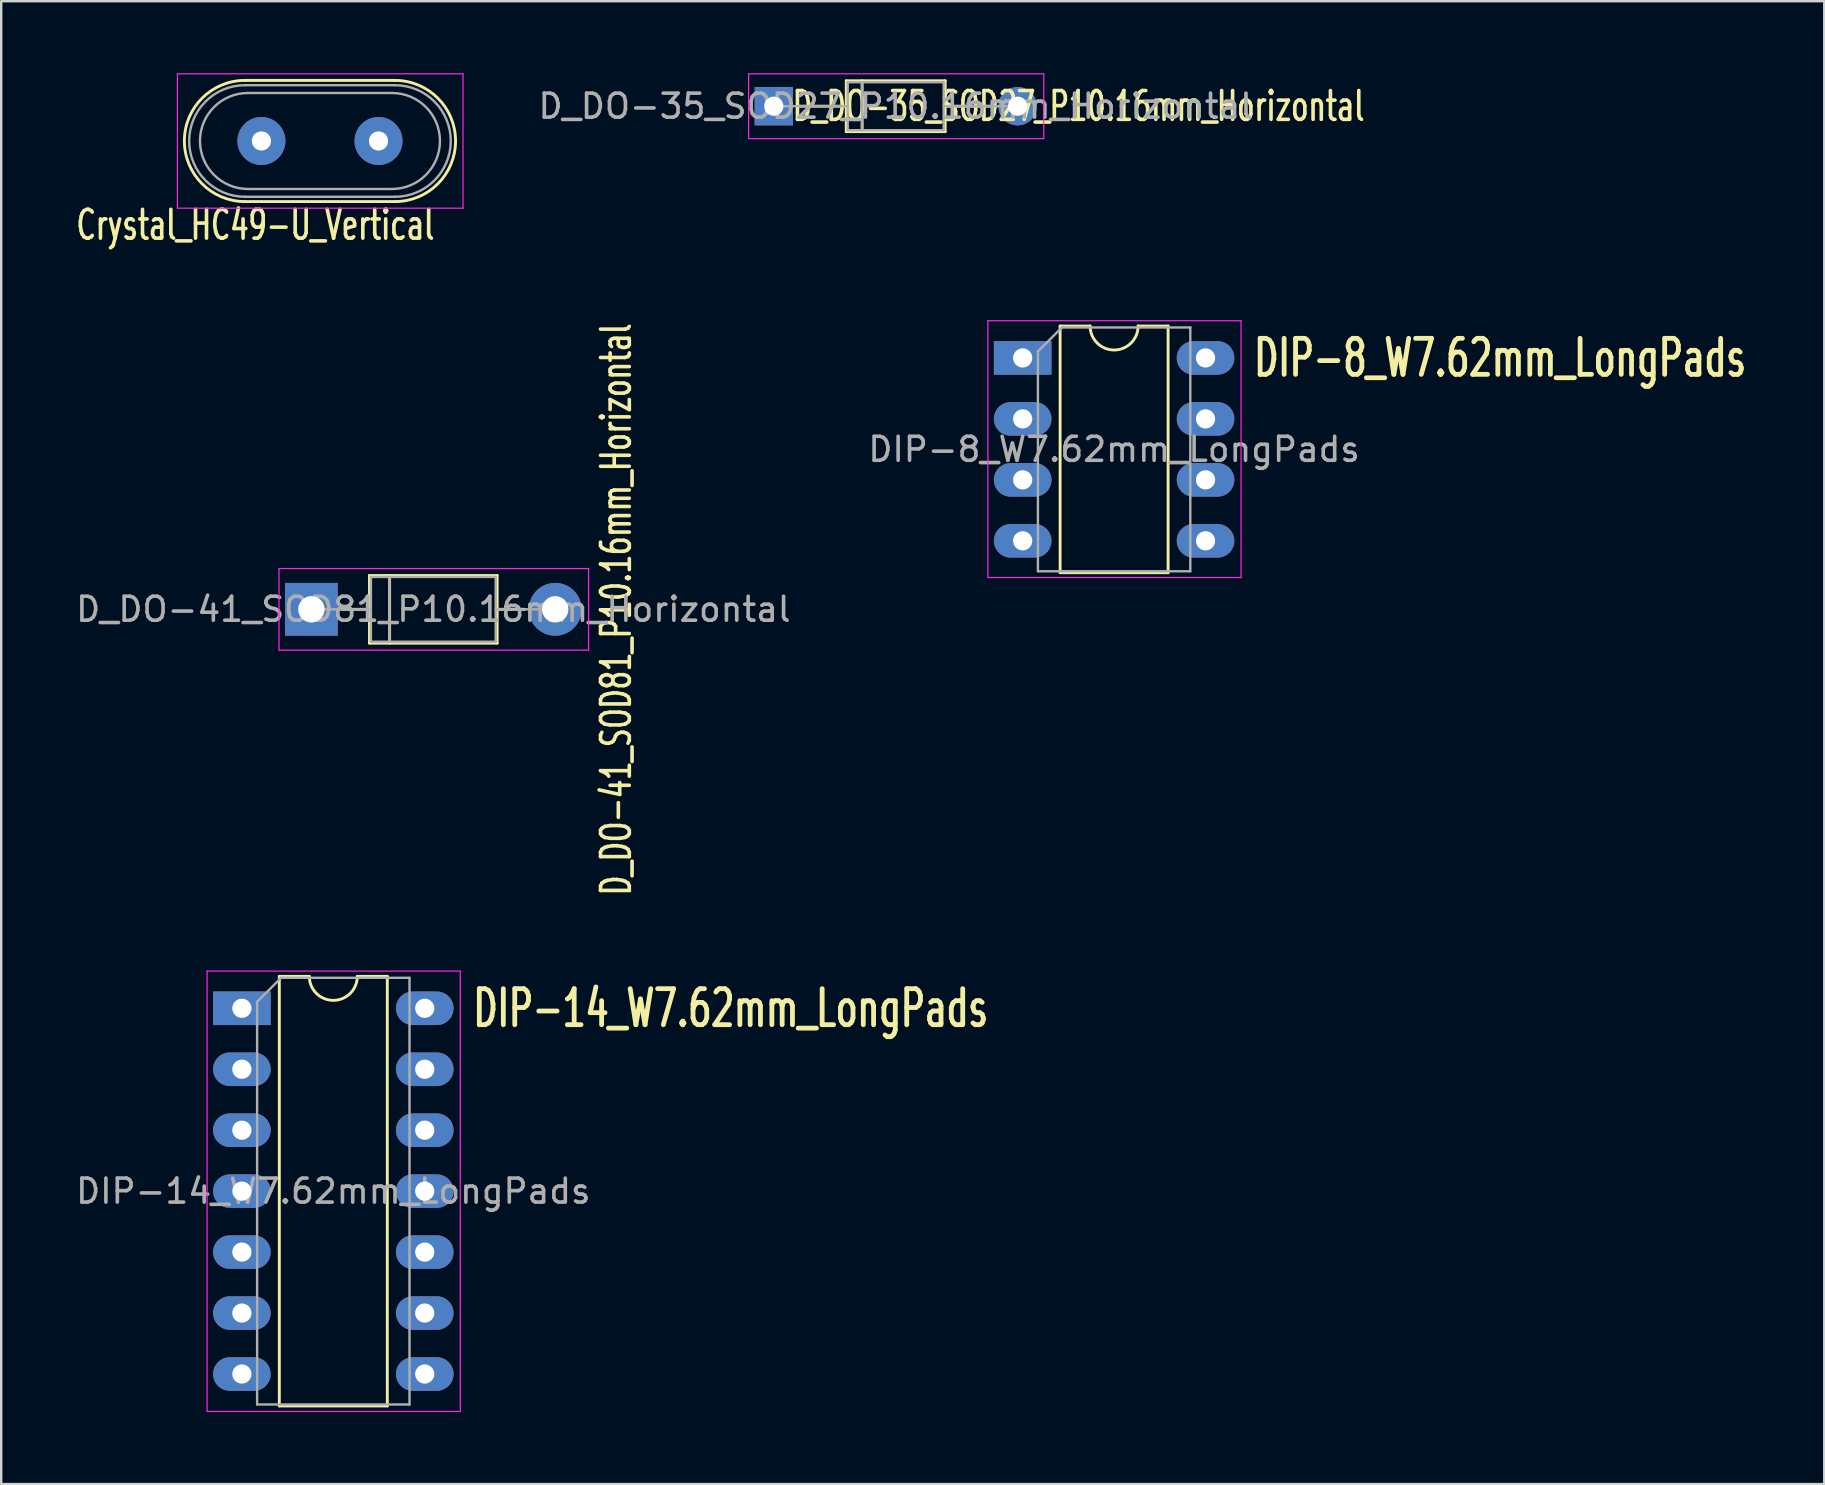
<source format=kicad_pcb>
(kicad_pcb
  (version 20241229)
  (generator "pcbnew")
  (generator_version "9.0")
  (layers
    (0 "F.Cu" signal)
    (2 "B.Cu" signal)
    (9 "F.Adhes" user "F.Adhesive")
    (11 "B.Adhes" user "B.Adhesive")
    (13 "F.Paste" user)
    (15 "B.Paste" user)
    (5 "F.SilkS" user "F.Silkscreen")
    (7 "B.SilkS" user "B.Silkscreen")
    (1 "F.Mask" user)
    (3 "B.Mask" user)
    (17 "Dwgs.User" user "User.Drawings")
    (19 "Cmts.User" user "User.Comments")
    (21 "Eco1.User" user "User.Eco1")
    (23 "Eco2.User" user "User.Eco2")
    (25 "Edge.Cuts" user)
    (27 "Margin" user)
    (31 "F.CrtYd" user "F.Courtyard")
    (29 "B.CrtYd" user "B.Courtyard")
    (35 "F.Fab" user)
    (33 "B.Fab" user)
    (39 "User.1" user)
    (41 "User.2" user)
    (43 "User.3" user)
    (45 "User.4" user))
  (footprint "DIP-14_W7.62mm_LongPads"
    (layer "F.Cu")
    (at 7.029 38.965)
    (property "Reference" "DIP-14_W7.62mm_LongPads" (at 9.525 0 0) (layer "F.SilkS") (effects (font (size 1.5 1) (thickness 0.2)) (justify left)))
    (attr through_hole)
    (fp_line (start 1.56 -1.33) (end 1.56 16.57) (stroke (width 0.12) (type solid)) (layer "F.SilkS"))
    (fp_line (start 1.56 16.57) (end 6.06 16.57) (stroke (width 0.12) (type solid)) (layer "F.SilkS"))
    (fp_line (start 2.81 -1.33) (end 1.56 -1.33) (stroke (width 0.12) (type solid)) (layer "F.SilkS"))
    (fp_line (start 6.06 -1.33) (end 4.81 -1.33) (stroke (width 0.12) (type solid)) (layer "F.SilkS"))
    (fp_line (start 6.06 16.57) (end 6.06 -1.33) (stroke (width 0.12) (type solid)) (layer "F.SilkS"))
    (fp_arc (start 4.81 -1.33) (mid 3.81 -0.33) (end 2.81 -1.33) (stroke (width 0.12) (type solid)) (layer "F.SilkS"))
    (fp_line (start -1.45 -1.55) (end -1.45 16.8) (stroke (width 0.05) (type solid)) (layer "F.CrtYd"))
    (fp_line (start -1.45 16.8) (end 9.1 16.8) (stroke (width 0.05) (type solid)) (layer "F.CrtYd"))
    (fp_line (start 9.1 -1.55) (end -1.45 -1.55) (stroke (width 0.05) (type solid)) (layer "F.CrtYd"))
    (fp_line (start 9.1 16.8) (end 9.1 -1.55) (stroke (width 0.05) (type solid)) (layer "F.CrtYd"))
    (fp_line (start 0.635 -0.27) (end 1.635 -1.27) (stroke (width 0.1) (type solid)) (layer "F.Fab"))
    (fp_line (start 0.635 16.51) (end 0.635 -0.27) (stroke (width 0.1) (type solid)) (layer "F.Fab"))
    (fp_line (start 1.635 -1.27) (end 6.985 -1.27) (stroke (width 0.1) (type solid)) (layer "F.Fab"))
    (fp_line (start 6.985 -1.27) (end 6.985 16.51) (stroke (width 0.1) (type solid)) (layer "F.Fab"))
    (fp_line (start 6.985 16.51) (end 0.635 16.51) (stroke (width 0.1) (type solid)) (layer "F.Fab"))
    (fp_text user "${REFERENCE}" (at 3.81 7.62 0) (layer "F.Fab") (effects (font (size 1 1) (thickness 0.15))))
    (pad "1" thru_hole rect (at 0 0) (size 2.4 1.4) (drill 0.8) (layers "*.Cu" "*.Mask"))
    (pad "2" thru_hole oval (at 0 2.54) (size 2.4 1.4) (drill 0.8) (layers "*.Cu" "*.Mask"))
    (pad "3" thru_hole oval (at 0 5.08) (size 2.4 1.4) (drill 0.8) (layers "*.Cu" "*.Mask"))
    (pad "4" thru_hole oval (at 0 7.62) (size 2.4 1.4) (drill 0.8) (layers "*.Cu" "*.Mask"))
    (pad "5" thru_hole oval (at 0 10.16) (size 2.4 1.4) (drill 0.8) (layers "*.Cu" "*.Mask"))
    (pad "6" thru_hole oval (at 0 12.7) (size 2.4 1.4) (drill 0.8) (layers "*.Cu" "*.Mask"))
    (pad "7" thru_hole oval (at 0 15.24) (size 2.4 1.4) (drill 0.8) (layers "*.Cu" "*.Mask"))
    (pad "8" thru_hole oval (at 7.62 15.24) (size 2.4 1.4) (drill 0.8) (layers "*.Cu" "*.Mask"))
    (pad "9" thru_hole oval (at 7.62 12.7) (size 2.4 1.4) (drill 0.8) (layers "*.Cu" "*.Mask"))
    (pad "10" thru_hole oval (at 7.62 10.16) (size 2.4 1.4) (drill 0.8) (layers "*.Cu" "*.Mask"))
    (pad "11" thru_hole oval (at 7.62 7.62) (size 2.4 1.4) (drill 0.8) (layers "*.Cu" "*.Mask"))
    (pad "12" thru_hole oval (at 7.62 5.08) (size 2.4 1.4) (drill 0.8) (layers "*.Cu" "*.Mask"))
    (pad "13" thru_hole oval (at 7.62 2.54) (size 2.4 1.4) (drill 0.8) (layers "*.Cu" "*.Mask"))
    (pad "14" thru_hole oval (at 7.62 0) (size 2.4 1.4) (drill 0.8) (layers "*.Cu" "*.Mask")))
  (footprint "D_DO-41_SOD81_P10.16mm_Horizontal"
    (layer "F.Cu")
    (at 9.926 22.34)
    (property "Reference" "D_DO-41_SOD81_P10.16mm_Horizontal" (at 12.7 0 90) (layer "F.SilkS") (effects (font (size 1.2 0.8) (thickness 0.15))))
    (attr through_hole)
    (fp_line (start 1.28 0) (end 2.42 0) (stroke (width 0.12) (type solid)) (layer "F.SilkS"))
    (fp_line (start 2.42 -1.41) (end 2.42 1.41) (stroke (width 0.12) (type solid)) (layer "F.SilkS"))
    (fp_line (start 2.42 1.41) (end 7.74 1.41) (stroke (width 0.12) (type solid)) (layer "F.SilkS"))
    (fp_line (start 3.26 -1.41) (end 3.26 1.41) (stroke (width 0.12) (type solid)) (layer "F.SilkS"))
    (fp_line (start 7.74 -1.41) (end 2.42 -1.41) (stroke (width 0.12) (type solid)) (layer "F.SilkS"))
    (fp_line (start 7.74 1.41) (end 7.74 -1.41) (stroke (width 0.12) (type solid)) (layer "F.SilkS"))
    (fp_line (start 8.88 0) (end 7.74 0) (stroke (width 0.12) (type solid)) (layer "F.SilkS"))
    (fp_line (start -1.35 -1.7) (end -1.35 1.7) (stroke (width 0.05) (type solid)) (layer "F.CrtYd"))
    (fp_line (start -1.35 1.7) (end 11.55 1.7) (stroke (width 0.05) (type solid)) (layer "F.CrtYd"))
    (fp_line (start 11.55 -1.7) (end -1.35 -1.7) (stroke (width 0.05) (type solid)) (layer "F.CrtYd"))
    (fp_line (start 11.55 1.7) (end 11.55 -1.7) (stroke (width 0.05) (type solid)) (layer "F.CrtYd"))
    (fp_line (start 0 0) (end 2.48 0) (stroke (width 0.1) (type solid)) (layer "F.Fab"))
    (fp_line (start 2.48 -1.35) (end 2.48 1.35) (stroke (width 0.1) (type solid)) (layer "F.Fab"))
    (fp_line (start 2.48 1.35) (end 7.68 1.35) (stroke (width 0.1) (type solid)) (layer "F.Fab"))
    (fp_line (start 3.26 -1.35) (end 3.26 1.35) (stroke (width 0.1) (type solid)) (layer "F.Fab"))
    (fp_line (start 7.68 -1.35) (end 2.48 -1.35) (stroke (width 0.1) (type solid)) (layer "F.Fab"))
    (fp_line (start 7.68 1.35) (end 7.68 -1.35) (stroke (width 0.1) (type solid)) (layer "F.Fab"))
    (fp_line (start 10.16 0) (end 7.68 0) (stroke (width 0.1) (type solid)) (layer "F.Fab"))
    (fp_text user "${REFERENCE}" (at 5.08 0 0) (layer "F.Fab") (effects (font (size 1 1) (thickness 0.15))))
    (pad "1" thru_hole rect (at 0 0) (size 2.2 2.2) (drill 1.1) (layers "*.Cu" "*.Mask"))
    (pad "2" thru_hole oval (at 10.16 0) (size 2.2 2.2) (drill 1.1) (layers "*.Cu" "*.Mask")))
  (footprint "D_DO-35_SOD27_P10.16mm_Horizontal"
    (layer "F.Cu")
    (at 29.194 1.375)
    (property "Reference" "D_DO-35_SOD27_P10.16mm_Horizontal" (at 12.7 0 180) (layer "F.SilkS") (effects (font (size 1.2 0.8) (thickness 0.15))))
    (attr through_hole)
    (fp_line (start 0.98 0) (end 3.02 0) (stroke (width 0.12) (type solid)) (layer "F.SilkS"))
    (fp_line (start 3.02 -1.06) (end 3.02 1.06) (stroke (width 0.12) (type solid)) (layer "F.SilkS"))
    (fp_line (start 3.02 1.06) (end 7.14 1.06) (stroke (width 0.12) (type solid)) (layer "F.SilkS"))
    (fp_line (start 3.68 -1.06) (end 3.68 1.06) (stroke (width 0.12) (type solid)) (layer "F.SilkS"))
    (fp_line (start 7.14 -1.06) (end 3.02 -1.06) (stroke (width 0.12) (type solid)) (layer "F.SilkS"))
    (fp_line (start 7.14 1.06) (end 7.14 -1.06) (stroke (width 0.12) (type solid)) (layer "F.SilkS"))
    (fp_line (start 9.18 0) (end 7.14 0) (stroke (width 0.12) (type solid)) (layer "F.SilkS"))
    (fp_line (start -1.05 -1.35) (end -1.05 1.35) (stroke (width 0.05) (type solid)) (layer "F.CrtYd"))
    (fp_line (start -1.05 1.35) (end 11.25 1.35) (stroke (width 0.05) (type solid)) (layer "F.CrtYd"))
    (fp_line (start 11.25 -1.35) (end -1.05 -1.35) (stroke (width 0.05) (type solid)) (layer "F.CrtYd"))
    (fp_line (start 11.25 1.35) (end 11.25 -1.35) (stroke (width 0.05) (type solid)) (layer "F.CrtYd"))
    (fp_line (start 0 0) (end 3.08 0) (stroke (width 0.1) (type solid)) (layer "F.Fab"))
    (fp_line (start 3.08 -1) (end 3.08 1) (stroke (width 0.1) (type solid)) (layer "F.Fab"))
    (fp_line (start 3.08 1) (end 7.08 1) (stroke (width 0.1) (type solid)) (layer "F.Fab"))
    (fp_line (start 3.68 -1) (end 3.68 1) (stroke (width 0.1) (type solid)) (layer "F.Fab"))
    (fp_line (start 7.08 -1) (end 3.08 -1) (stroke (width 0.1) (type solid)) (layer "F.Fab"))
    (fp_line (start 7.08 1) (end 7.08 -1) (stroke (width 0.1) (type solid)) (layer "F.Fab"))
    (fp_line (start 10.16 0) (end 7.08 0) (stroke (width 0.1) (type solid)) (layer "F.Fab"))
    (fp_text user "${REFERENCE}" (at 5.08 0 0) (layer "F.Fab") (effects (font (size 1 1) (thickness 0.15))))
    (pad "1" thru_hole rect (at 0 0) (size 1.6 1.6) (drill 0.8) (layers "*.Cu" "*.Mask"))
    (pad "2" thru_hole oval (at 10.16 0) (size 1.6 1.6) (drill 0.8) (layers "*.Cu" "*.Mask")))
  (footprint "Crystal_HC49-U_Vertical"
    (layer "F.Cu")
    (at 7.843 2.825)
    (property "Reference" "Crystal_HC49-U_Vertical" (at -0.25 3.5 0) (layer "F.SilkS") (effects (font (size 1.2 0.8) (thickness 0.15))))
    (attr through_hole)
    (fp_line (start -0.685 -2.525) (end 5.565 -2.525) (stroke (width 0.12) (type solid)) (layer "F.SilkS"))
    (fp_line (start -0.685 2.525) (end 5.565 2.525) (stroke (width 0.12) (type solid)) (layer "F.SilkS"))
    (fp_arc (start -0.685 2.525) (mid -3.21 0) (end -0.685 -2.525) (stroke (width 0.12) (type solid)) (layer "F.SilkS"))
    (fp_arc (start 5.565 -2.525) (mid 8.09 0) (end 5.565 2.525) (stroke (width 0.12) (type solid)) (layer "F.SilkS"))
    (fp_line (start -3.5 -2.8) (end -3.5 2.8) (stroke (width 0.05) (type solid)) (layer "F.CrtYd"))
    (fp_line (start -3.5 2.8) (end 8.4 2.8) (stroke (width 0.05) (type solid)) (layer "F.CrtYd"))
    (fp_line (start 8.4 -2.8) (end -3.5 -2.8) (stroke (width 0.05) (type solid)) (layer "F.CrtYd"))
    (fp_line (start 8.4 2.8) (end 8.4 -2.8) (stroke (width 0.05) (type solid)) (layer "F.CrtYd"))
    (fp_line (start -0.685 -2.325) (end 5.565 -2.325) (stroke (width 0.1) (type solid)) (layer "F.Fab"))
    (fp_line (start -0.685 2.325) (end 5.565 2.325) (stroke (width 0.1) (type solid)) (layer "F.Fab"))
    (fp_line (start -0.56 -2) (end 5.44 -2) (stroke (width 0.1) (type solid)) (layer "F.Fab"))
    (fp_line (start -0.56 2) (end 5.44 2) (stroke (width 0.1) (type solid)) (layer "F.Fab"))
    (fp_arc (start -0.685 2.325) (mid -3.01 0) (end -0.685 -2.325) (stroke (width 0.1) (type solid)) (layer "F.Fab"))
    (fp_arc (start -0.56 2) (mid -2.56 0) (end -0.56 -2) (stroke (width 0.1) (type solid)) (layer "F.Fab"))
    (fp_arc (start 5.44 -2) (mid 7.44 0) (end 5.44 2) (stroke (width 0.1) (type solid)) (layer "F.Fab"))
    (fp_arc (start 5.565 -2.325) (mid 7.89 0) (end 5.565 2.325) (stroke (width 0.1) (type solid)) (layer "F.Fab"))
    (pad "1" thru_hole circle (at 0 0) (size 2 2) (drill 0.8) (layers "*.Cu" "*.Mask"))
    (pad "2" thru_hole circle (at 4.88 0) (size 2 2) (drill 0.8) (layers "*.Cu" "*.Mask")))
  (footprint "DIP-8_W7.62mm_LongPads"
    (layer "F.Cu")
    (at 39.565 11.865)
    (property "Reference" "DIP-8_W7.62mm_LongPads" (at 9.525 0 0) (layer "F.SilkS") (effects (font (size 1.5 1) (thickness 0.2)) (justify left)))
    (attr through_hole)
    (fp_line (start 1.56 -1.33) (end 1.56 8.95) (stroke (width 0.12) (type solid)) (layer "F.SilkS"))
    (fp_line (start 1.56 8.95) (end 6.06 8.95) (stroke (width 0.12) (type solid)) (layer "F.SilkS"))
    (fp_line (start 2.81 -1.33) (end 1.56 -1.33) (stroke (width 0.12) (type solid)) (layer "F.SilkS"))
    (fp_line (start 6.06 -1.33) (end 4.81 -1.33) (stroke (width 0.12) (type solid)) (layer "F.SilkS"))
    (fp_line (start 6.06 8.95) (end 6.06 -1.33) (stroke (width 0.12) (type solid)) (layer "F.SilkS"))
    (fp_arc (start 4.81 -1.33) (mid 3.81 -0.33) (end 2.81 -1.33) (stroke (width 0.12) (type solid)) (layer "F.SilkS"))
    (fp_line (start -1.45 -1.55) (end -1.45 9.15) (stroke (width 0.05) (type solid)) (layer "F.CrtYd"))
    (fp_line (start -1.45 9.15) (end 9.1 9.15) (stroke (width 0.05) (type solid)) (layer "F.CrtYd"))
    (fp_line (start 9.1 -1.55) (end -1.45 -1.55) (stroke (width 0.05) (type solid)) (layer "F.CrtYd"))
    (fp_line (start 9.1 9.15) (end 9.1 -1.55) (stroke (width 0.05) (type solid)) (layer "F.CrtYd"))
    (fp_line (start 0.635 -0.27) (end 1.635 -1.27) (stroke (width 0.1) (type solid)) (layer "F.Fab"))
    (fp_line (start 0.635 8.89) (end 0.635 -0.27) (stroke (width 0.1) (type solid)) (layer "F.Fab"))
    (fp_line (start 1.635 -1.27) (end 6.985 -1.27) (stroke (width 0.1) (type solid)) (layer "F.Fab"))
    (fp_line (start 6.985 -1.27) (end 6.985 8.89) (stroke (width 0.1) (type solid)) (layer "F.Fab"))
    (fp_line (start 6.985 8.89) (end 0.635 8.89) (stroke (width 0.1) (type solid)) (layer "F.Fab"))
    (fp_text user "${REFERENCE}" (at 3.81 3.81 0) (layer "F.Fab") (effects (font (size 1 1) (thickness 0.15))))
    (pad "1" thru_hole rect (at 0 0) (size 2.4 1.4) (drill 0.8) (layers "*.Cu" "*.Mask"))
    (pad "2" thru_hole oval (at 0 2.54) (size 2.4 1.4) (drill 0.8) (layers "*.Cu" "*.Mask"))
    (pad "3" thru_hole oval (at 0 5.08) (size 2.4 1.4) (drill 0.8) (layers "*.Cu" "*.Mask"))
    (pad "4" thru_hole oval (at 0 7.62) (size 2.4 1.4) (drill 0.8) (layers "*.Cu" "*.Mask"))
    (pad "5" thru_hole oval (at 7.62 7.62) (size 2.4 1.4) (drill 0.8) (layers "*.Cu" "*.Mask"))
    (pad "6" thru_hole oval (at 7.62 5.08) (size 2.4 1.4) (drill 0.8) (layers "*.Cu" "*.Mask"))
    (pad "7" thru_hole oval (at 7.62 2.54) (size 2.4 1.4) (drill 0.8) (layers "*.Cu" "*.Mask"))
    (pad "8" thru_hole oval (at 7.62 0) (size 2.4 1.4) (drill 0.8) (layers "*.Cu" "*.Mask")))
  (gr_rect
    (start -3 -3)
    (end 72.966 58.79)
    (stroke (width 0.1) (type default))
    (fill no)
    (layer "Edge.Cuts")))
</source>
